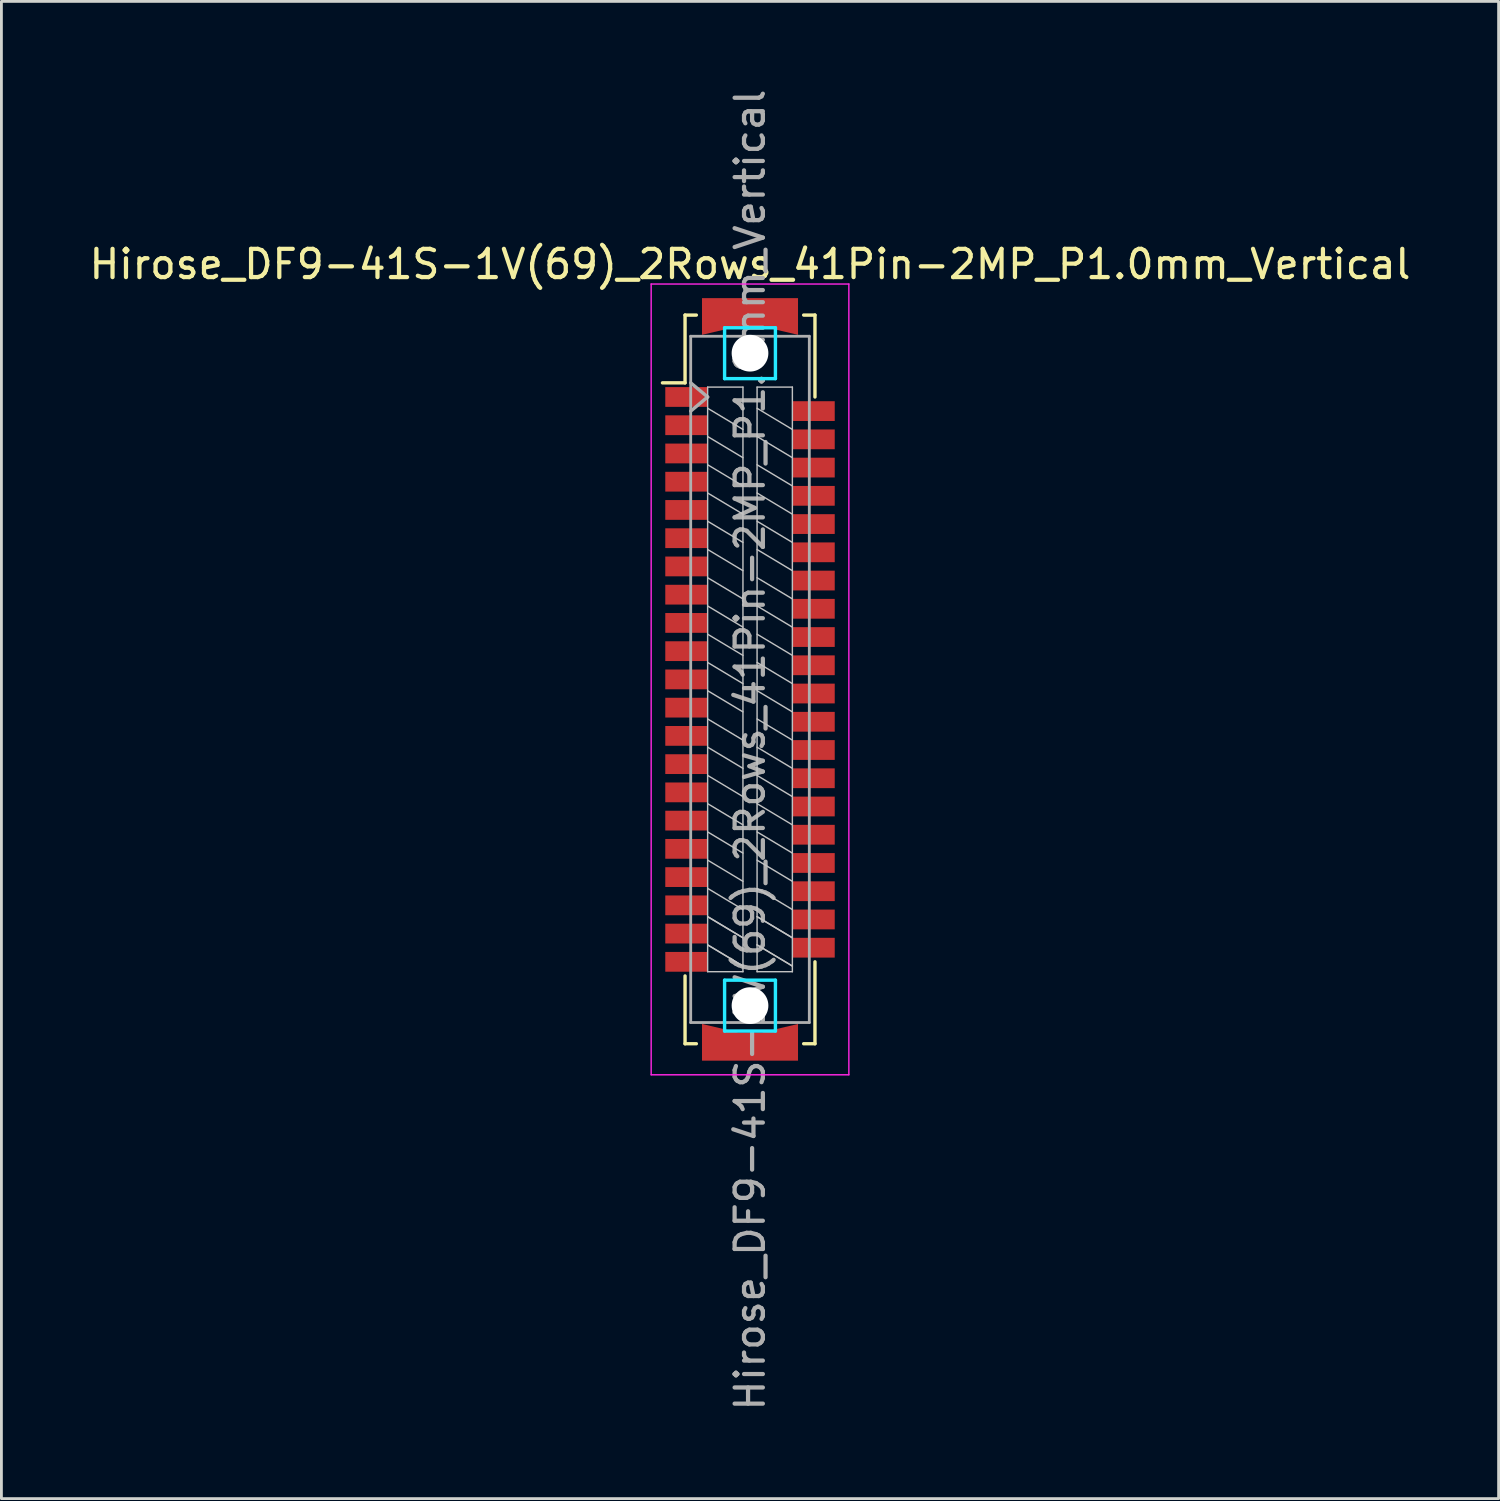
<source format=kicad_pcb>
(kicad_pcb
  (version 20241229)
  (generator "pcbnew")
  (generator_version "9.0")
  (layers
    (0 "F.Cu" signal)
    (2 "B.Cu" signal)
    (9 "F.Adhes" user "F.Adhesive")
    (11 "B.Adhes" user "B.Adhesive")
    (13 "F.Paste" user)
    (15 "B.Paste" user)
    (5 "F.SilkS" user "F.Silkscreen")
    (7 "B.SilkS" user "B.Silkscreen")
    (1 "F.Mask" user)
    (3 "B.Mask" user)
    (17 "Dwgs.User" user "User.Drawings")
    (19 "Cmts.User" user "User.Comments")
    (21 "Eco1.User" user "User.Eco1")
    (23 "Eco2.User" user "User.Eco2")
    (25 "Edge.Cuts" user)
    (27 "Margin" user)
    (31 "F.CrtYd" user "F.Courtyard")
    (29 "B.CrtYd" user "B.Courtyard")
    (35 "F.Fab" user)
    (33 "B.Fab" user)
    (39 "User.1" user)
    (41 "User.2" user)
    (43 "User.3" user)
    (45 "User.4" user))
  (footprint "Hirose_DF9-41S-1V(69)_2Rows_41Pin-2MP_P1.0mm_Vertical"
    (layer "F.Cu")
    (at 23.506 21.006)
    (property "Reference" "Hirose_DF9-41S-1V(69)_2Rows_41Pin-2MP_P1.0mm_Vertical" (at 0 -14.7 0) (layer "F.SilkS") (effects (font (size 1 1) (thickness 0.15))))
    (attr smd)
    (fp_line (start -3.1 -10.5) (end -2.3 -10.5) (stroke (width 0.12) (type solid)) (layer "F.SilkS"))
    (fp_line (start -2.3 -12.9) (end -1.9 -12.9) (stroke (width 0.12) (type solid)) (layer "F.SilkS"))
    (fp_line (start -2.3 -10.5) (end -2.3 -12.9) (stroke (width 0.12) (type solid)) (layer "F.SilkS"))
    (fp_line (start -2.3 10.5) (end -2.3 12.9) (stroke (width 0.12) (type solid)) (layer "F.SilkS"))
    (fp_line (start -2.3 12.9) (end -1.9 12.9) (stroke (width 0.12) (type solid)) (layer "F.SilkS"))
    (fp_line (start 2.3 -12.9) (end 1.9 -12.9) (stroke (width 0.12) (type solid)) (layer "F.SilkS"))
    (fp_line (start 2.3 -10) (end 2.3 -12.9) (stroke (width 0.12) (type solid)) (layer "F.SilkS"))
    (fp_line (start 2.3 10) (end 2.3 12.9) (stroke (width 0.12) (type solid)) (layer "F.SilkS"))
    (fp_line (start 2.3 12.9) (end 1.9 12.9) (stroke (width 0.12) (type solid)) (layer "F.SilkS"))
    (fp_line (start -1.5 -10.35) (end -0.25 -10.35) (stroke (width 0.05) (type solid)) (layer "Dwgs.User"))
    (fp_line (start -1.5 10.35) (end -1.5 -10.35) (stroke (width 0.05) (type solid)) (layer "Dwgs.User"))
    (fp_line (start -0.25 -10.35) (end -0.25 10.35) (stroke (width 0.05) (type solid)) (layer "Dwgs.User"))
    (fp_line (start -0.25 -8.85) (end -1.5 -9.6) (stroke (width 0.05) (type solid)) (layer "Dwgs.User"))
    (fp_line (start -0.25 -7.85) (end -1.5 -8.6) (stroke (width 0.05) (type solid)) (layer "Dwgs.User"))
    (fp_line (start -0.25 -6.85) (end -1.5 -7.6) (stroke (width 0.05) (type solid)) (layer "Dwgs.User"))
    (fp_line (start -0.25 -5.85) (end -1.5 -6.6) (stroke (width 0.05) (type solid)) (layer "Dwgs.User"))
    (fp_line (start -0.25 -4.85) (end -1.5 -5.6) (stroke (width 0.05) (type solid)) (layer "Dwgs.User"))
    (fp_line (start -0.25 -3.85) (end -1.5 -4.6) (stroke (width 0.05) (type solid)) (layer "Dwgs.User"))
    (fp_line (start -0.25 -2.85) (end -1.5 -3.6) (stroke (width 0.05) (type solid)) (layer "Dwgs.User"))
    (fp_line (start -0.25 -1.85) (end -1.5 -2.6) (stroke (width 0.05) (type solid)) (layer "Dwgs.User"))
    (fp_line (start -0.25 -0.85) (end -1.5 -1.6) (stroke (width 0.05) (type solid)) (layer "Dwgs.User"))
    (fp_line (start -0.25 0.15) (end -1.5 -0.6) (stroke (width 0.05) (type solid)) (layer "Dwgs.User"))
    (fp_line (start -0.25 1.15) (end -1.5 0.4) (stroke (width 0.05) (type solid)) (layer "Dwgs.User"))
    (fp_line (start -0.25 2.15) (end -1.5 1.4) (stroke (width 0.05) (type solid)) (layer "Dwgs.User"))
    (fp_line (start -0.25 3.15) (end -1.5 2.4) (stroke (width 0.05) (type solid)) (layer "Dwgs.User"))
    (fp_line (start -0.25 4.15) (end -1.5 3.4) (stroke (width 0.05) (type solid)) (layer "Dwgs.User"))
    (fp_line (start -0.25 5.15) (end -1.5 4.4) (stroke (width 0.05) (type solid)) (layer "Dwgs.User"))
    (fp_line (start -0.25 6.15) (end -1.5 5.4) (stroke (width 0.05) (type solid)) (layer "Dwgs.User"))
    (fp_line (start -0.25 7.15) (end -1.5 6.4) (stroke (width 0.05) (type solid)) (layer "Dwgs.User"))
    (fp_line (start -0.25 8.15) (end -1.5 7.4) (stroke (width 0.05) (type solid)) (layer "Dwgs.User"))
    (fp_line (start -0.25 9.15) (end -1.5 8.4) (stroke (width 0.05) (type solid)) (layer "Dwgs.User"))
    (fp_line (start -0.25 9.15) (end -1.5 8.4) (stroke (width 0.05) (type solid)) (layer "Dwgs.User"))
    (fp_line (start -0.25 10.15) (end -1.5 9.4) (stroke (width 0.05) (type solid)) (layer "Dwgs.User"))
    (fp_line (start -0.25 10.15) (end -1.5 9.4) (stroke (width 0.05) (type solid)) (layer "Dwgs.User"))
    (fp_line (start -0.25 10.35) (end -1.5 10.35) (stroke (width 0.05) (type solid)) (layer "Dwgs.User"))
    (fp_line (start 0.25 -10.35) (end 1.5 -10.35) (stroke (width 0.05) (type solid)) (layer "Dwgs.User"))
    (fp_line (start 0.25 10.35) (end 0.25 -10.35) (stroke (width 0.05) (type solid)) (layer "Dwgs.User"))
    (fp_line (start 1.5 -10.35) (end 1.5 10.35) (stroke (width 0.05) (type solid)) (layer "Dwgs.User"))
    (fp_line (start 1.5 -8.85) (end 0.25 -9.6) (stroke (width 0.05) (type solid)) (layer "Dwgs.User"))
    (fp_line (start 1.5 -7.85) (end 0.25 -8.6) (stroke (width 0.05) (type solid)) (layer "Dwgs.User"))
    (fp_line (start 1.5 -6.85) (end 0.25 -7.6) (stroke (width 0.05) (type solid)) (layer "Dwgs.User"))
    (fp_line (start 1.5 -5.85) (end 0.25 -6.6) (stroke (width 0.05) (type solid)) (layer "Dwgs.User"))
    (fp_line (start 1.5 -4.85) (end 0.25 -5.6) (stroke (width 0.05) (type solid)) (layer "Dwgs.User"))
    (fp_line (start 1.5 -3.85) (end 0.25 -4.6) (stroke (width 0.05) (type solid)) (layer "Dwgs.User"))
    (fp_line (start 1.5 -2.85) (end 0.25 -3.6) (stroke (width 0.05) (type solid)) (layer "Dwgs.User"))
    (fp_line (start 1.5 -1.85) (end 0.25 -2.6) (stroke (width 0.05) (type solid)) (layer "Dwgs.User"))
    (fp_line (start 1.5 -0.85) (end 0.25 -1.6) (stroke (width 0.05) (type solid)) (layer "Dwgs.User"))
    (fp_line (start 1.5 0.15) (end 0.25 -0.6) (stroke (width 0.05) (type solid)) (layer "Dwgs.User"))
    (fp_line (start 1.5 1.15) (end 0.25 0.4) (stroke (width 0.05) (type solid)) (layer "Dwgs.User"))
    (fp_line (start 1.5 2.15) (end 0.25 1.4) (stroke (width 0.05) (type solid)) (layer "Dwgs.User"))
    (fp_line (start 1.5 3.15) (end 0.25 2.4) (stroke (width 0.05) (type solid)) (layer "Dwgs.User"))
    (fp_line (start 1.5 4.15) (end 0.25 3.4) (stroke (width 0.05) (type solid)) (layer "Dwgs.User"))
    (fp_line (start 1.5 5.15) (end 0.25 4.4) (stroke (width 0.05) (type solid)) (layer "Dwgs.User"))
    (fp_line (start 1.5 6.15) (end 0.25 5.4) (stroke (width 0.05) (type solid)) (layer "Dwgs.User"))
    (fp_line (start 1.5 7.15) (end 0.25 6.4) (stroke (width 0.05) (type solid)) (layer "Dwgs.User"))
    (fp_line (start 1.5 8.15) (end 0.25 7.4) (stroke (width 0.05) (type solid)) (layer "Dwgs.User"))
    (fp_line (start 1.5 9.15) (end 0.25 8.4) (stroke (width 0.05) (type solid)) (layer "Dwgs.User"))
    (fp_line (start 1.5 9.15) (end 0.25 8.4) (stroke (width 0.05) (type solid)) (layer "Dwgs.User"))
    (fp_line (start 1.5 10.15) (end 0.25 9.4) (stroke (width 0.05) (type solid)) (layer "Dwgs.User"))
    (fp_line (start 1.5 10.15) (end 0.25 9.4) (stroke (width 0.05) (type solid)) (layer "Dwgs.User"))
    (fp_line (start 1.5 10.35) (end 0.25 10.35) (stroke (width 0.05) (type solid)) (layer "Dwgs.User"))
    (fp_line (start -0.9 -12.45) (end 0.9 -12.45) (stroke (width 0.12) (type solid)) (layer "B.CrtYd"))
    (fp_line (start -0.9 -10.65) (end -0.9 -12.45) (stroke (width 0.12) (type solid)) (layer "B.CrtYd"))
    (fp_line (start -0.9 10.65) (end 0.9 10.65) (stroke (width 0.12) (type solid)) (layer "B.CrtYd"))
    (fp_line (start -0.9 12.45) (end -0.9 10.65) (stroke (width 0.12) (type solid)) (layer "B.CrtYd"))
    (fp_line (start 0.9 -12.45) (end 0.9 -10.65) (stroke (width 0.12) (type solid)) (layer "B.CrtYd"))
    (fp_line (start 0.9 -10.65) (end -0.9 -10.65) (stroke (width 0.12) (type solid)) (layer "B.CrtYd"))
    (fp_line (start 0.9 10.65) (end 0.9 12.45) (stroke (width 0.12) (type solid)) (layer "B.CrtYd"))
    (fp_line (start 0.9 12.45) (end -0.9 12.45) (stroke (width 0.12) (type solid)) (layer "B.CrtYd"))
    (fp_line (start -3.5 -14) (end 3.5 -14) (stroke (width 0.05) (type solid)) (layer "F.CrtYd"))
    (fp_line (start -3.5 14) (end -3.5 -14) (stroke (width 0.05) (type solid)) (layer "F.CrtYd"))
    (fp_line (start 3.5 -14) (end 3.5 14) (stroke (width 0.05) (type solid)) (layer "F.CrtYd"))
    (fp_line (start 3.5 14) (end -3.5 14) (stroke (width 0.05) (type solid)) (layer "F.CrtYd"))
    (fp_line (start -2.1 -12.15) (end 2.1 -12.15) (stroke (width 0.1) (type solid)) (layer "F.Fab"))
    (fp_line (start -2.1 -10.5) (end -1.5 -10) (stroke (width 0.12) (type solid)) (layer "F.Fab"))
    (fp_line (start -2.1 12.15) (end -2.1 -12.15) (stroke (width 0.1) (type solid)) (layer "F.Fab"))
    (fp_line (start -1.5 -10) (end -2.1 -9.5) (stroke (width 0.12) (type solid)) (layer "F.Fab"))
    (fp_line (start 2.1 -12.15) (end 2.1 12.15) (stroke (width 0.1) (type solid)) (layer "F.Fab"))
    (fp_line (start 2.1 12.15) (end -2.1 12.15) (stroke (width 0.1) (type solid)) (layer "F.Fab"))
    (fp_text user "${REFERENCE}" (at 0 2.5 270) (layer "F.Fab") (effects (font (size 1 1) (thickness 0.15))))
    (pad "" np_thru_hole circle (at 0 -11.55 270) (size 1.3 1.3) (drill 1.3) (layers "*.Cu" "*.Mask"))
    (pad "" np_thru_hole circle (at 0 11.55 270) (size 1.3 1.3) (drill 1.3) (layers "*.Cu" "*.Mask"))
    (pad "1" smd rect (at -2.25 -10 270) (size 0.7 1.5) (layers "F.Cu" "F.Mask" "F.Paste"))
    (pad "2" smd rect (at 2.25 -9.5 270) (size 0.7 1.5) (layers "F.Cu" "F.Mask" "F.Paste"))
    (pad "3" smd rect (at -2.25 -9 270) (size 0.7 1.5) (layers "F.Cu" "F.Mask" "F.Paste"))
    (pad "4" smd rect (at 2.25 -8.5 270) (size 0.7 1.5) (layers "F.Cu" "F.Mask" "F.Paste"))
    (pad "5" smd rect (at -2.25 -8 270) (size 0.7 1.5) (layers "F.Cu" "F.Mask" "F.Paste"))
    (pad "6" smd rect (at 2.25 -7.5 270) (size 0.7 1.5) (layers "F.Cu" "F.Mask" "F.Paste"))
    (pad "7" smd rect (at -2.25 -7 270) (size 0.7 1.5) (layers "F.Cu" "F.Mask" "F.Paste"))
    (pad "8" smd rect (at 2.25 -6.5 270) (size 0.7 1.5) (layers "F.Cu" "F.Mask" "F.Paste"))
    (pad "9" smd rect (at -2.25 -6 270) (size 0.7 1.5) (layers "F.Cu" "F.Mask" "F.Paste"))
    (pad "10" smd rect (at 2.25 -5.5 270) (size 0.7 1.5) (layers "F.Cu" "F.Mask" "F.Paste"))
    (pad "11" smd rect (at -2.25 -5 270) (size 0.7 1.5) (layers "F.Cu" "F.Mask" "F.Paste"))
    (pad "12" smd rect (at 2.25 -4.5 270) (size 0.7 1.5) (layers "F.Cu" "F.Mask" "F.Paste"))
    (pad "13" smd rect (at -2.25 -4 270) (size 0.7 1.5) (layers "F.Cu" "F.Mask" "F.Paste"))
    (pad "14" smd rect (at 2.25 -3.5 270) (size 0.7 1.5) (layers "F.Cu" "F.Mask" "F.Paste"))
    (pad "15" smd rect (at -2.25 -3 270) (size 0.7 1.5) (layers "F.Cu" "F.Mask" "F.Paste"))
    (pad "16" smd rect (at 2.25 -2.5 270) (size 0.7 1.5) (layers "F.Cu" "F.Mask" "F.Paste"))
    (pad "17" smd rect (at -2.25 -2 270) (size 0.7 1.5) (layers "F.Cu" "F.Mask" "F.Paste"))
    (pad "18" smd rect (at 2.25 -1.5 270) (size 0.7 1.5) (layers "F.Cu" "F.Mask" "F.Paste"))
    (pad "19" smd rect (at -2.25 -1 270) (size 0.7 1.5) (layers "F.Cu" "F.Mask" "F.Paste"))
    (pad "20" smd rect (at 2.25 -0.5 270) (size 0.7 1.5) (layers "F.Cu" "F.Mask" "F.Paste"))
    (pad "21" smd rect (at -2.25 0 270) (size 0.7 1.5) (layers "F.Cu" "F.Mask" "F.Paste"))
    (pad "22" smd rect (at 2.25 0.5 270) (size 0.7 1.5) (layers "F.Cu" "F.Mask" "F.Paste"))
    (pad "23" smd rect (at -2.25 1 270) (size 0.7 1.5) (layers "F.Cu" "F.Mask" "F.Paste"))
    (pad "24" smd rect (at 2.25 1.5 270) (size 0.7 1.5) (layers "F.Cu" "F.Mask" "F.Paste"))
    (pad "25" smd rect (at -2.25 2 270) (size 0.7 1.5) (layers "F.Cu" "F.Mask" "F.Paste"))
    (pad "26" smd rect (at 2.25 2.5 270) (size 0.7 1.5) (layers "F.Cu" "F.Mask" "F.Paste"))
    (pad "27" smd rect (at -2.25 3 270) (size 0.7 1.5) (layers "F.Cu" "F.Mask" "F.Paste"))
    (pad "28" smd rect (at 2.25 3.5 270) (size 0.7 1.5) (layers "F.Cu" "F.Mask" "F.Paste"))
    (pad "29" smd rect (at -2.25 4 270) (size 0.7 1.5) (layers "F.Cu" "F.Mask" "F.Paste"))
    (pad "30" smd rect (at 2.25 4.5 270) (size 0.7 1.5) (layers "F.Cu" "F.Mask" "F.Paste"))
    (pad "31" smd rect (at -2.25 5 270) (size 0.7 1.5) (layers "F.Cu" "F.Mask" "F.Paste"))
    (pad "32" smd rect (at 2.25 5.5 270) (size 0.7 1.5) (layers "F.Cu" "F.Mask" "F.Paste"))
    (pad "33" smd rect (at -2.25 6 270) (size 0.7 1.5) (layers "F.Cu" "F.Mask" "F.Paste"))
    (pad "34" smd rect (at 2.25 6.5 270) (size 0.7 1.5) (layers "F.Cu" "F.Mask" "F.Paste"))
    (pad "35" smd rect (at -2.25 7 270) (size 0.7 1.5) (layers "F.Cu" "F.Mask" "F.Paste"))
    (pad "36" smd rect (at 2.25 7.5 270) (size 0.7 1.5) (layers "F.Cu" "F.Mask" "F.Paste"))
    (pad "37" smd rect (at -2.25 8 270) (size 0.7 1.5) (layers "F.Cu" "F.Mask" "F.Paste"))
    (pad "38" smd rect (at 2.25 8.5 270) (size 0.7 1.5) (layers "F.Cu" "F.Mask" "F.Paste"))
    (pad "39" smd rect (at -2.25 9 270) (size 0.7 1.5) (layers "F.Cu" "F.Mask" "F.Paste"))
    (pad "40" smd rect (at 2.25 9.5 270) (size 0.7 1.5) (layers "F.Cu" "F.Mask" "F.Paste"))
    (pad "41" smd rect (at -2.25 10 270) (size 0.7 1.5) (layers "F.Cu" "F.Mask" "F.Paste"))
    (pad "MP" smd custom (at 0 -13) (size 1 1) (layers "F.Cu" "F.Mask" "F.Paste") (options (anchor rect)) (primitives (gr_poly (pts (xy 1.7 0.8) (xy 0 0.4) (xy -1.7 0.8) (xy -1.7 -0.5) (xy 1.7 -0.5)) (width 0) (fill yes))))
    (pad "MP" smd custom (at 0 13 180) (size 1 1) (layers "F.Cu" "F.Mask" "F.Paste") (options (anchor rect)) (primitives (gr_poly (pts (xy 1.7 0.8) (xy 0 0.4) (xy -1.7 0.8) (xy -1.7 -0.5) (xy 1.7 -0.5)) (width 0) (fill yes)))))
  (gr_rect
    (start -3 -3)
    (end 50.012 50.012)
    (stroke (width 0.1) (type default))
    (fill no)
    (layer "Edge.Cuts")))
</source>
